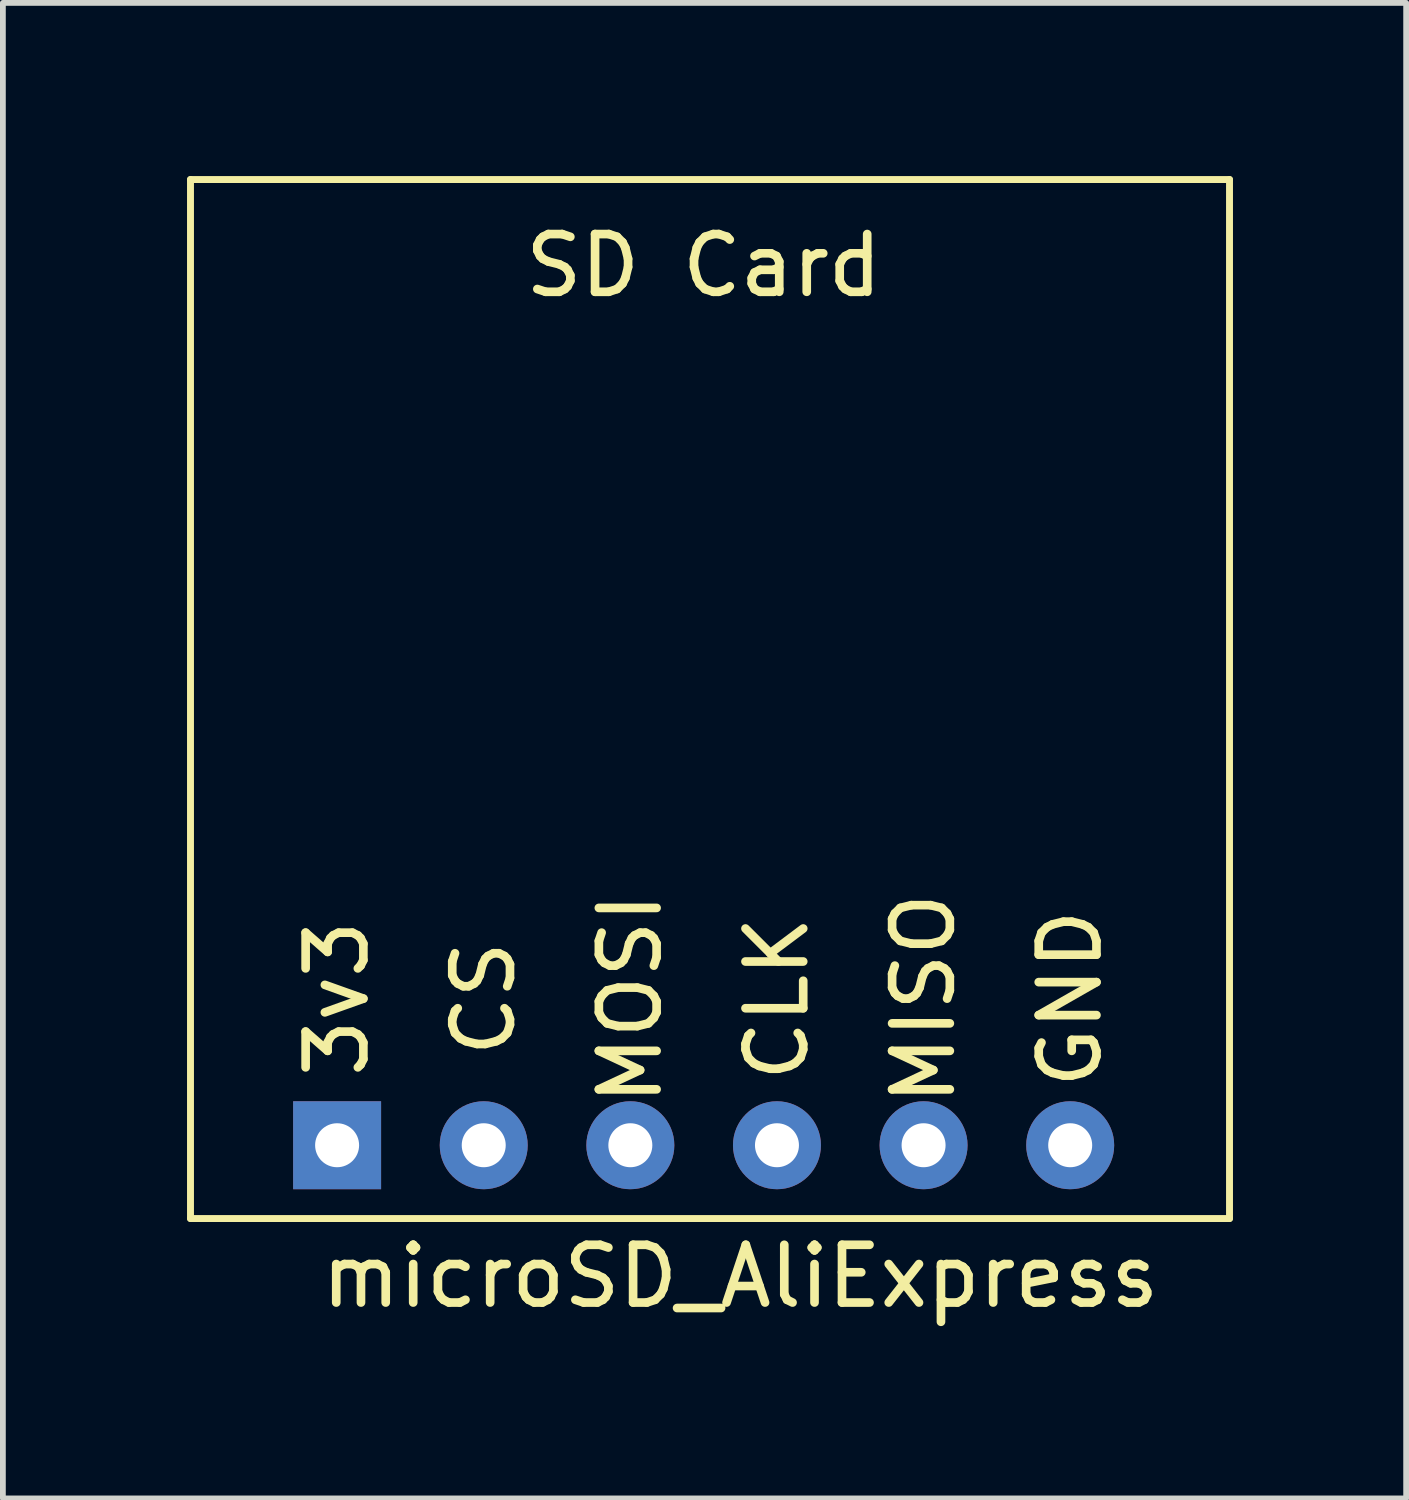
<source format=kicad_pcb>
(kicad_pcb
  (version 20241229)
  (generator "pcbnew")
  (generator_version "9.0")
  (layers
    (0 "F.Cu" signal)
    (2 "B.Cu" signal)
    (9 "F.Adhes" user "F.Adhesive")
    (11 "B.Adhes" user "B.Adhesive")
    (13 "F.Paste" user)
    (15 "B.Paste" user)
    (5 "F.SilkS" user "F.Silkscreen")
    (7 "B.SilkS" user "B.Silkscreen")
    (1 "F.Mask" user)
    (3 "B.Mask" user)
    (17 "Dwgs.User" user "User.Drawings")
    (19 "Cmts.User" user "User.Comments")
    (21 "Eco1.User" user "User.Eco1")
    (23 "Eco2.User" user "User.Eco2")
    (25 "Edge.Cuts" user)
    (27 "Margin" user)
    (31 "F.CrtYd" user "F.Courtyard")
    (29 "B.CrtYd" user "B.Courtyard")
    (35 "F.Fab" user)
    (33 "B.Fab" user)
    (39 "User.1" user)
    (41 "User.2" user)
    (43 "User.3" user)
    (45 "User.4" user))
  (footprint "microSD_AliExpress"
    (layer "F.Cu")
    (at 0.25 18.06)
    (property "Reference" "microSD_AliExpress" (at 9.525 1 0) (layer "F.SilkS") (effects (font (size 1 1) (thickness 0.15))))
    (attr through_hole)
    (fp_line (start 0 -18) (end 0 0) (stroke (width 0.12) (type solid)) (layer "F.SilkS"))
    (fp_line (start 0 0) (end 18 0) (stroke (width 0.12) (type solid)) (layer "F.SilkS"))
    (fp_line (start 18 -18) (end 0 -18) (stroke (width 0.12) (type solid)) (layer "F.SilkS"))
    (fp_line (start 18 0) (end 18 -18) (stroke (width 0.12) (type solid)) (layer "F.SilkS"))
    (fp_text user "SD Card" (at 8.89 -16.51 0) (layer "F.SilkS") (effects (font (size 1 1) (thickness 0.15))))
    (fp_text user "3v3" (at 2.54 -3.81 90) (layer "F.SilkS") (effects (font (size 1 1) (thickness 0.15))))
    (fp_text user "GND" (at 15.24 -3.81 90) (layer "F.SilkS") (effects (font (size 1 1) (thickness 0.15))))
    (fp_text user "CLK" (at 10.16 -3.81 90) (layer "F.SilkS") (effects (font (size 1 1) (thickness 0.15))))
    (fp_text user "MISO" (at 12.7 -3.81 90) (layer "F.SilkS") (effects (font (size 1 1) (thickness 0.15))))
    (fp_text user "MOSI" (at 7.62 -3.81 90) (layer "F.SilkS") (effects (font (size 1 1) (thickness 0.15))))
    (fp_text user "CS" (at 5.08 -3.81 90) (layer "F.SilkS") (effects (font (size 1 1) (thickness 0.15))))
    (pad "1" thru_hole rect (at 2.54 -1.27) (size 1.524 1.524) (drill 0.762) (layers "*.Cu" "*.Mask"))
    (pad "2" thru_hole circle (at 5.08 -1.27) (size 1.524 1.524) (drill 0.762) (layers "*.Cu" "*.Mask"))
    (pad "3" thru_hole circle (at 7.62 -1.27) (size 1.524 1.524) (drill 0.762) (layers "*.Cu" "*.Mask"))
    (pad "4" thru_hole circle (at 10.16 -1.27) (size 1.524 1.524) (drill 0.762) (layers "*.Cu" "*.Mask"))
    (pad "5" thru_hole circle (at 12.7 -1.27) (size 1.524 1.524) (drill 0.762) (layers "*.Cu" "*.Mask"))
    (pad "6" thru_hole circle (at 15.24 -1.27) (size 1.524 1.524) (drill 0.762) (layers "*.Cu" "*.Mask")))
  (gr_rect
    (start -3 -3)
    (end 21.31 22.908)
    (stroke (width 0.1) (type default))
    (fill no)
    (layer "Edge.Cuts")))
</source>
